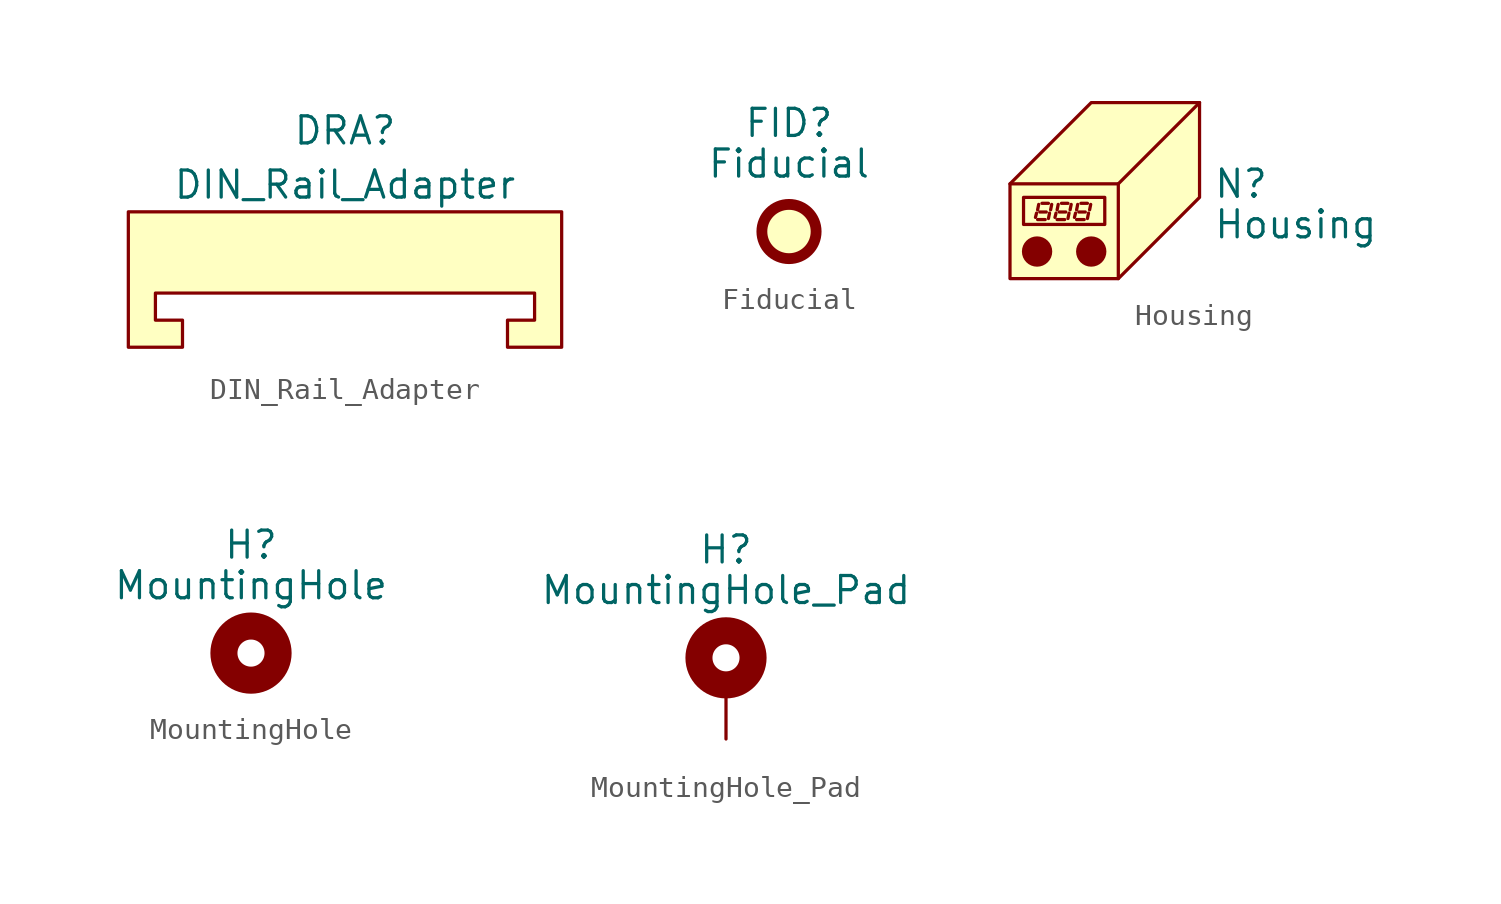
<source format=kicad_sym>
(kicad_symbol_lib
  (version 20201005)
  (generator kicad_symbol_editor)
  (symbol "DIN_Rail_Adapter"
    (property "Reference" "DRA"
      (at 0 6.35 0)
      (effects (font (size 1.27 1.27))))
    (property "Value" "DIN_Rail_Adapter"
      (at 0 3.81 0)
      (effects (font (size 1.27 1.27))))
    (symbol "DIN_Rail_Adapter_0_1"
      (polyline (pts (xy 10.16 2.54) (xy -10.16 2.54) (xy -10.16 -3.81) (xy -7.62 -3.81) (xy -7.62 -2.54) (xy -8.89 -2.54) (xy -8.89 -1.27) (xy 8.89 -1.27) (xy 8.89 -2.54) (xy 7.62 -2.54) (xy 7.62 -3.81) (xy 10.16 -3.81) (xy 10.16 2.54) (xy -10.16 2.54)) (stroke (width 0)) (fill (type background)))))
  (symbol "Fiducial"
    (property "Reference" "FID"
      (at 0 5.08 0)
      (effects (font (size 1.27 1.27))))
    (property "Value" "Fiducial"
      (at 0 3.175 0)
      (effects (font (size 1.27 1.27))))
    (symbol "Fiducial_0_1"
      (circle (center 0 0) (radius 1.27) (stroke (width 0.508)) (fill (type background)))))
  (symbol "Housing"
    (pin_names
      (offset 1.016))
    (property "Reference" "N"
      (at 3.81 0 0)
      (effects (font (size 1.27 1.27)) (justify left)))
    (property "Value" "Housing"
      (at 3.81 -1.905 0)
      (effects (font (size 1.27 1.27)) (justify left)))
    (symbol "Housing_0_1"
      (circle (center -4.445 -3.175) (radius 0.635) (stroke (width 0)) (fill (type outline)))
      (circle (center -1.905 -3.175) (radius 0.635) (stroke (width 0)) (fill (type outline)))
      (rectangle (start -5.08 -0.635) (end -1.27 -1.905) (stroke (width 0)) (fill (type none)))
      (polyline (pts (xy -4.521 -1.575) (xy -4.47 -1.372)) (stroke (width 0)) (fill (type none)))
      (polyline (pts (xy -4.42 -1.676) (xy -4.064 -1.676)) (stroke (width 0)) (fill (type none)))
      (polyline (pts (xy -4.42 -1.219) (xy -4.369 -0.965)) (stroke (width 0)) (fill (type none)))
      (polyline (pts (xy -4.318 -1.321) (xy -4.013 -1.321)) (stroke (width 0)) (fill (type none)))
      (polyline (pts (xy -4.216 -0.914) (xy -3.912 -0.914)) (stroke (width 0)) (fill (type none)))
      (polyline (pts (xy -3.912 -1.626) (xy -3.861 -1.372)) (stroke (width 0)) (fill (type none)))
      (polyline (pts (xy -3.81 -1.219) (xy -3.759 -0.965)) (stroke (width 0)) (fill (type none)))
      (polyline (pts (xy -3.607 -1.575) (xy -3.556 -1.372)) (stroke (width 0)) (fill (type none)))
      (polyline (pts (xy -3.505 -1.676) (xy -3.15 -1.676)) (stroke (width 0)) (fill (type none)))
      (polyline (pts (xy -3.505 -1.219) (xy -3.454 -0.965)) (stroke (width 0)) (fill (type none)))
      (polyline (pts (xy -3.404 -1.321) (xy -3.099 -1.321)) (stroke (width 0)) (fill (type none)))
      (polyline (pts (xy -3.302 -0.914) (xy -2.997 -0.914)) (stroke (width 0)) (fill (type none)))
      (polyline (pts (xy -2.997 -1.626) (xy -2.946 -1.372)) (stroke (width 0)) (fill (type none)))
      (polyline (pts (xy -2.896 -1.219) (xy -2.845 -0.965)) (stroke (width 0)) (fill (type none)))
      (polyline (pts (xy -2.692 -1.575) (xy -2.642 -1.372)) (stroke (width 0)) (fill (type none)))
      (polyline (pts (xy -2.591 -1.676) (xy -2.235 -1.676)) (stroke (width 0)) (fill (type none)))
      (polyline (pts (xy -2.591 -1.219) (xy -2.54 -0.965)) (stroke (width 0)) (fill (type none)))
      (polyline (pts (xy -2.489 -1.321) (xy -2.184 -1.321)) (stroke (width 0)) (fill (type none)))
      (polyline (pts (xy -2.388 -0.914) (xy -2.083 -0.914)) (stroke (width 0)) (fill (type none)))
      (polyline (pts (xy -2.083 -1.626) (xy -2.032 -1.372)) (stroke (width 0)) (fill (type none)))
      (polyline (pts (xy -1.981 -1.219) (xy -1.93 -0.965)) (stroke (width 0)) (fill (type none)))
      (polyline (pts (xy -0.635 0) (xy -0.635 -4.445)) (stroke (width 0)) (fill (type none)))
      (polyline (pts (xy -5.715 0) (xy -0.635 0) (xy 3.175 3.81)) (stroke (width 0)) (fill (type none)))
      (polyline (pts (xy -5.715 0) (xy -5.715 -4.445) (xy -0.635 -4.445) (xy 3.175 -0.635) (xy 3.175 3.81) (xy -1.905 3.81) (xy -5.715 0)) (stroke (width 0)) (fill (type background)))))
  (symbol "MountingHole"
    (pin_names
      (offset 1.016))
    (property "Reference" "H"
      (at 0 5.08 0)
      (effects (font (size 1.27 1.27))))
    (property "Value" "MountingHole"
      (at 0 3.175 0)
      (effects (font (size 1.27 1.27))))
    (symbol "MountingHole_0_1"
      (circle (center 0 0) (radius 1.27) (stroke (width 1.27)) (fill (type none)))))
  (symbol "MountingHole_Pad"
    (pin_numbers hide)
    (pin_names
      (offset 1.016) hide)
    (property "Reference" "H"
      (at 0 6.35 0)
      (effects (font (size 1.27 1.27))))
    (property "Value" "MountingHole_Pad"
      (at 0 4.445 0)
      (effects (font (size 1.27 1.27))))
    (symbol "MountingHole_Pad_0_1"
      (circle (center 0 1.27) (radius 1.27) (stroke (width 1.27)) (fill (type none))))
    (symbol "MountingHole_Pad_1_1"
      (pin input line (at 0 -2.54 90) (length 2.54) (name "1" (effects (font (size 1.27 1.27)))) (number "1" (effects (font (size 1.27 1.27))))))))
</source>
